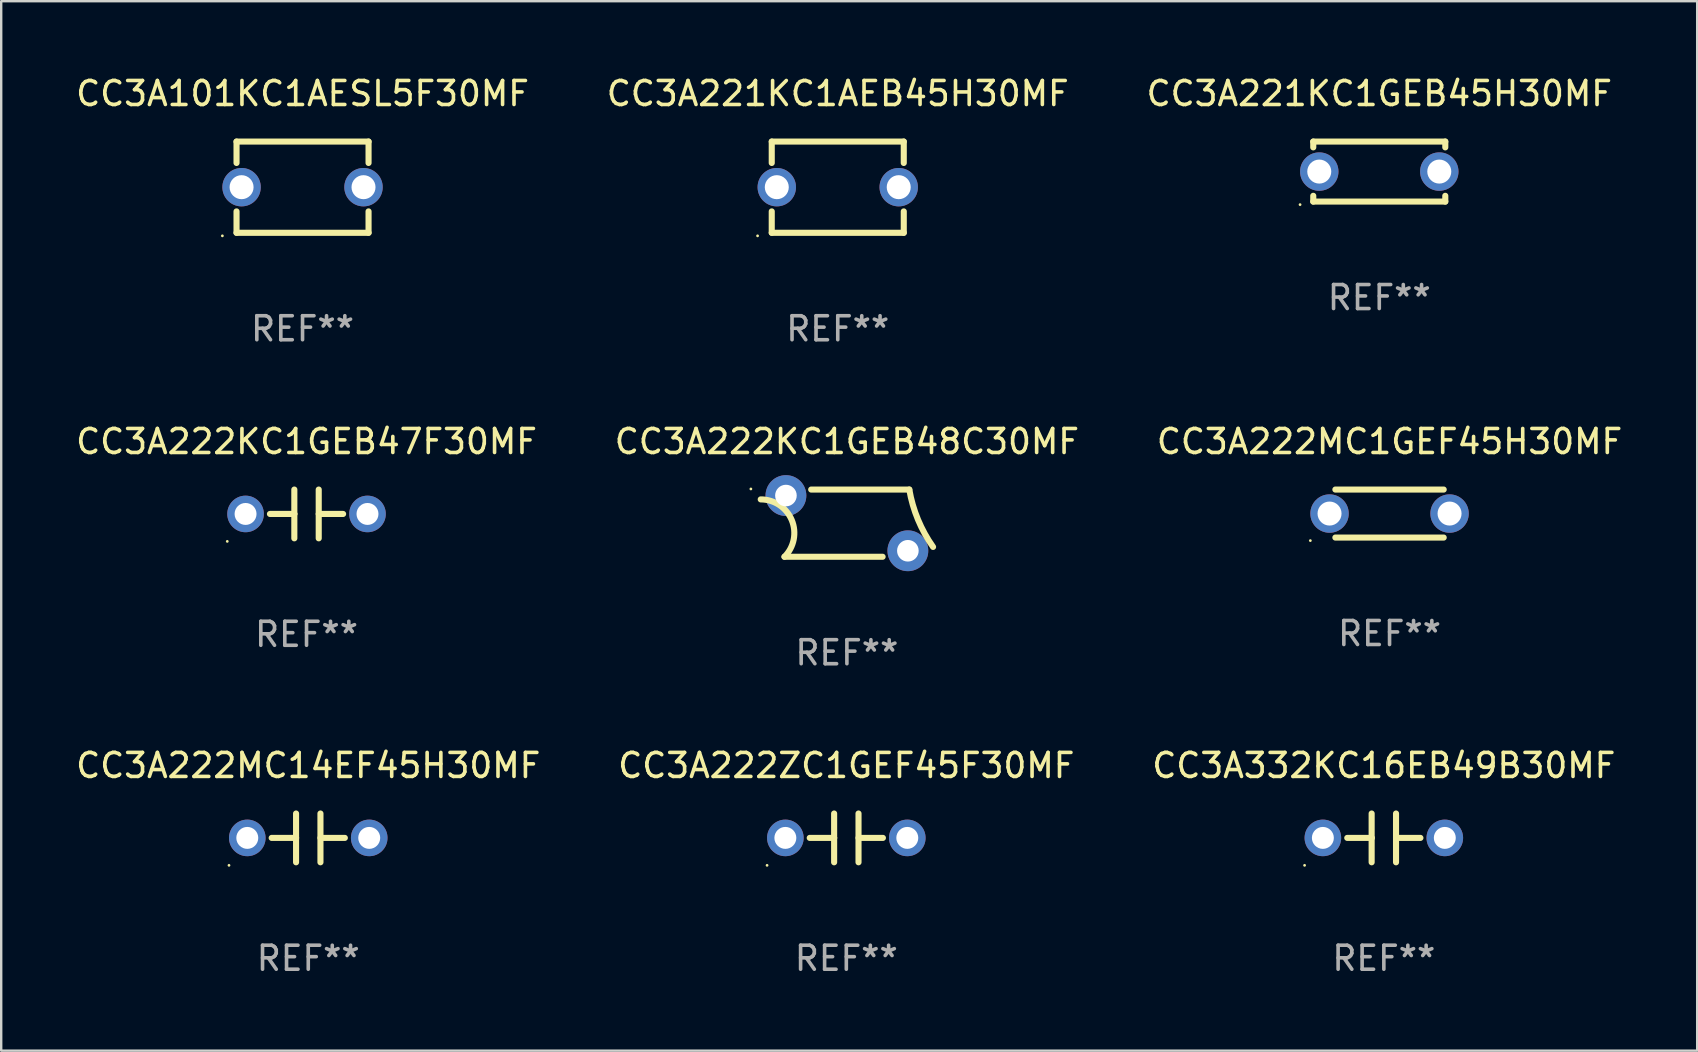
<source format=kicad_pcb>
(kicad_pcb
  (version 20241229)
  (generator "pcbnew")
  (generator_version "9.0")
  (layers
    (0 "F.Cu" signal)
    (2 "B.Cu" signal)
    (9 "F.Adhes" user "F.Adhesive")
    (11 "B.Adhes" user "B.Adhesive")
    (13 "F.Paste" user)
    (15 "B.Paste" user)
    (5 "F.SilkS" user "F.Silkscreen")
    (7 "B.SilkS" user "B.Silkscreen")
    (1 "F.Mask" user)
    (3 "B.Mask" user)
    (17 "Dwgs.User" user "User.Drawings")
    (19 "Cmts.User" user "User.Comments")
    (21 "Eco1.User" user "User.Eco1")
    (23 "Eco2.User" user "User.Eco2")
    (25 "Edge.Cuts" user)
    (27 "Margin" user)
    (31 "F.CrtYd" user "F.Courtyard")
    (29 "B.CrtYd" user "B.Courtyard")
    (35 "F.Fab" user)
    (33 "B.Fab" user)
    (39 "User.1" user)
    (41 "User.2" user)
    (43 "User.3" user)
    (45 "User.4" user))
  (footprint "CC3A222MC1GEF45H30MF"
    (layer "F.Cu")
    (at 54.839 18.345)
    (property "Reference" "CC3A222MC1GEF45H30MF" (at 0 -3 0) (layer "F.SilkS") (effects (font (size 1 1) (thickness 0.15))))
    (attr through_hole)
    (fp_line (start -2.257 -1) (end 2.256 -1) (stroke (width 0.254) (type solid)) (layer "F.SilkS"))
    (fp_line (start -2.257 1) (end 2.256 1) (stroke (width 0.254) (type solid)) (layer "F.SilkS"))
    (fp_circle (center -3.3 1.127) (end -3.27 1.127) (stroke (width 0.06) (type solid)) (fill no) (layer "F.SilkS"))
    (fp_text user "REF**" (at 0 5 0) (layer "F.Fab") (effects (font (size 1 1) (thickness 0.15))))
    (pad "1" thru_hole circle (at -2.5 0) (size 1.6 1.6) (drill 1) (layers "*.Cu" "*.Mask"))
    (pad "2" thru_hole circle (at 2.5 0) (size 1.6 1.6) (drill 1) (layers "*.Cu" "*.Mask")))
  (footprint "CC3A101KC1AESL5F30MF"
    (layer "F.Cu")
    (at 9.554 4.748)
    (property "Reference" "CC3A101KC1AESL5F30MF" (at 0 -3.9 0) (layer "F.SilkS") (effects (font (size 1 1) (thickness 0.15))))
    (attr through_hole)
    (fp_line (start -2.75 -1.9) (end -2.75 -1.009) (stroke (width 0.254) (type solid)) (layer "F.SilkS"))
    (fp_line (start -2.75 -1.9) (end 2.75 -1.9) (stroke (width 0.254) (type solid)) (layer "F.SilkS"))
    (fp_line (start -2.75 1.009) (end -2.75 1.9) (stroke (width 0.254) (type solid)) (layer "F.SilkS"))
    (fp_line (start -2.75 1.9) (end 2.75 1.9) (stroke (width 0.254) (type solid)) (layer "F.SilkS"))
    (fp_line (start 2.75 -1.9) (end 2.75 -1.009) (stroke (width 0.254) (type solid)) (layer "F.SilkS"))
    (fp_line (start 2.75 1.009) (end 2.75 1.9) (stroke (width 0.254) (type solid)) (layer "F.SilkS"))
    (fp_circle (center -3.34 2.027) (end -3.31 2.027) (stroke (width 0.06) (type solid)) (fill no) (layer "F.SilkS"))
    (fp_text user "REF**" (at 0 5.9 0) (layer "F.Fab") (effects (font (size 1 1) (thickness 0.15))))
    (pad "1" thru_hole circle (at -2.54 0) (size 1.6 1.6) (drill 1) (layers "*.Cu" "*.Mask"))
    (pad "2" thru_hole circle (at 2.54 0) (size 1.6 1.6) (drill 1) (layers "*.Cu" "*.Mask")))
  (footprint "CC3A222KC1GEB47F30MF"
    (layer "F.Cu")
    (at 9.72 18.361)
    (property "Reference" "CC3A222KC1GEB47F30MF" (at 0 -3.016 0) (layer "F.SilkS") (effects (font (size 1 1) (thickness 0.15))))
    (attr through_hole)
    (fp_line (start -1.524 0) (end -0.508 0) (stroke (width 0.254) (type solid)) (layer "F.SilkS"))
    (fp_line (start -0.508 0) (end -0.508 -1.016) (stroke (width 0.254) (type solid)) (layer "F.SilkS"))
    (fp_line (start -0.508 0) (end -0.508 1.016) (stroke (width 0.254) (type solid)) (layer "F.SilkS"))
    (fp_line (start 0.508 -1.016) (end 0.508 1.016) (stroke (width 0.254) (type solid)) (layer "F.SilkS"))
    (fp_line (start 1.524 0) (end 0.508 0) (stroke (width 0.254) (type solid)) (layer "F.SilkS"))
    (fp_circle (center -3.302 1.143) (end -3.272 1.143) (stroke (width 0.06) (type solid)) (fill no) (layer "F.SilkS"))
    (fp_text user "REF**" (at 0 5.016 0) (layer "F.Fab") (effects (font (size 1 1) (thickness 0.15))))
    (pad "1" thru_hole circle (at -2.54 0) (size 1.524 1.524) (drill 0.914) (layers "*.Cu" "*.Mask"))
    (pad "2" thru_hole circle (at 2.54 0) (size 1.524 1.524) (drill 0.914) (layers "*.Cu" "*.Mask")))
  (footprint "CC3A222KC1GEB48C30MF"
    (layer "F.Cu")
    (at 32.232 18.745)
    (property "Reference" "CC3A222KC1GEB48C30MF" (at 0 -3.4 0) (layer "F.SilkS") (effects (font (size 1 1) (thickness 0.15))))
    (attr through_hole)
    (fp_line (start -2.6 1.4) (end 1.488 1.4) (stroke (width 0.254) (type solid)) (layer "F.SilkS"))
    (fp_line (start 2.6 -1.4) (end -1.488 -1.4) (stroke (width 0.254) (type solid)) (layer "F.SilkS"))
    (fp_arc (start -3.589941 -0.989942) (mid -2.296508 -0.125703) (end -2.6 1.4) (stroke (width 0.254001) (type solid)) (layer "F.SilkS"))
    (fp_arc (start 3.589941 0.989942) (mid 2.961308 -0.149665) (end 2.6 -1.4) (stroke (width 0.254001) (type solid)) (layer "F.SilkS"))
    (fp_circle (center -4 -1.425) (end -3.97 -1.425) (stroke (width 0.06) (type solid)) (fill no) (layer "F.SilkS"))
    (fp_text user "REF**" (at 0 5.4 0) (layer "F.Fab") (effects (font (size 1 1) (thickness 0.15))))
    (pad "1" thru_hole circle (at -2.54 -1.15) (size 1.7 1.7) (drill 0.9) (layers "*.Cu" "*.Mask"))
    (pad "2" thru_hole circle (at 2.54 1.15) (size 1.7 1.7) (drill 0.9) (layers "*.Cu" "*.Mask")))
  (footprint "CC3A221KC1GEB45H30MF"
    (layer "F.Cu")
    (at 54.411 4.098)
    (property "Reference" "CC3A221KC1GEB45H30MF" (at 0 -3.25 0) (layer "F.SilkS") (effects (font (size 1 1) (thickness 0.15))))
    (attr through_hole)
    (fp_line (start -2.75 -1.25) (end -2.75 -1.009) (stroke (width 0.254) (type solid)) (layer "F.SilkS"))
    (fp_line (start -2.75 -1.25) (end 2.75 -1.25) (stroke (width 0.254) (type solid)) (layer "F.SilkS"))
    (fp_line (start -2.75 1.009) (end -2.75 1.25) (stroke (width 0.254) (type solid)) (layer "F.SilkS"))
    (fp_line (start 2.75 -1.25) (end 2.75 -1.009) (stroke (width 0.254) (type solid)) (layer "F.SilkS"))
    (fp_line (start 2.75 1.009) (end 2.75 1.25) (stroke (width 0.254) (type solid)) (layer "F.SilkS"))
    (fp_line (start 2.75 1.25) (end -2.75 1.25) (stroke (width 0.254) (type solid)) (layer "F.SilkS"))
    (fp_circle (center -3.3 1.377) (end -3.27 1.377) (stroke (width 0.06) (type solid)) (fill no) (layer "F.SilkS"))
    (fp_text user "REF**" (at 0 5.25 0) (layer "F.Fab") (effects (font (size 1 1) (thickness 0.15))))
    (pad "1" thru_hole circle (at -2.5 0) (size 1.6 1.6) (drill 1) (layers "*.Cu" "*.Mask"))
    (pad "2" thru_hole circle (at 2.5 0) (size 1.6 1.6) (drill 1) (layers "*.Cu" "*.Mask")))
  (footprint "CC3A221KC1AEB45H30MF"
    (layer "F.Cu")
    (at 31.851 4.748)
    (property "Reference" "CC3A221KC1AEB45H30MF" (at 0 -3.9 0) (layer "F.SilkS") (effects (font (size 1 1) (thickness 0.15))))
    (attr through_hole)
    (fp_line (start -2.75 -1.9) (end -2.75 -1.009) (stroke (width 0.254) (type solid)) (layer "F.SilkS"))
    (fp_line (start -2.75 -1.9) (end 2.75 -1.9) (stroke (width 0.254) (type solid)) (layer "F.SilkS"))
    (fp_line (start -2.75 1.009) (end -2.75 1.9) (stroke (width 0.254) (type solid)) (layer "F.SilkS"))
    (fp_line (start -2.75 1.9) (end 2.75 1.9) (stroke (width 0.254) (type solid)) (layer "F.SilkS"))
    (fp_line (start 2.75 -1.9) (end 2.75 -1.009) (stroke (width 0.254) (type solid)) (layer "F.SilkS"))
    (fp_line (start 2.75 1.009) (end 2.75 1.9) (stroke (width 0.254) (type solid)) (layer "F.SilkS"))
    (fp_circle (center -3.34 2.027) (end -3.31 2.027) (stroke (width 0.06) (type solid)) (fill no) (layer "F.SilkS"))
    (fp_text user "REF**" (at 0 5.9 0) (layer "F.Fab") (effects (font (size 1 1) (thickness 0.15))))
    (pad "1" thru_hole circle (at -2.54 0) (size 1.6 1.6) (drill 1) (layers "*.Cu" "*.Mask"))
    (pad "2" thru_hole circle (at 2.54 0) (size 1.6 1.6) (drill 1) (layers "*.Cu" "*.Mask")))
  (footprint "CC3A222MC14EF45H30MF"
    (layer "F.Cu")
    (at 9.792 31.857)
    (property "Reference" "CC3A222MC14EF45H30MF" (at 0 -3.016 0) (layer "F.SilkS") (effects (font (size 1 1) (thickness 0.15))))
    (attr through_hole)
    (fp_line (start -1.524 0) (end -0.508 0) (stroke (width 0.254) (type solid)) (layer "F.SilkS"))
    (fp_line (start -0.508 0) (end -0.508 -1.016) (stroke (width 0.254) (type solid)) (layer "F.SilkS"))
    (fp_line (start -0.508 0) (end -0.508 1.016) (stroke (width 0.254) (type solid)) (layer "F.SilkS"))
    (fp_line (start 0.508 -1.016) (end 0.508 1.016) (stroke (width 0.254) (type solid)) (layer "F.SilkS"))
    (fp_line (start 1.524 0) (end 0.508 0) (stroke (width 0.254) (type solid)) (layer "F.SilkS"))
    (fp_circle (center -3.302 1.143) (end -3.272 1.143) (stroke (width 0.06) (type solid)) (fill no) (layer "F.SilkS"))
    (fp_text user "REF**" (at 0 5.016 0) (layer "F.Fab") (effects (font (size 1 1) (thickness 0.15))))
    (pad "1" thru_hole circle (at -2.54 0) (size 1.524 1.524) (drill 0.914) (layers "*.Cu" "*.Mask"))
    (pad "2" thru_hole circle (at 2.54 0) (size 1.524 1.524) (drill 0.914) (layers "*.Cu" "*.Mask")))
  (footprint "CC3A332KC16EB49B30MF"
    (layer "F.Cu")
    (at 54.601 31.857)
    (property "Reference" "CC3A332KC16EB49B30MF" (at 0 -3.016 0) (layer "F.SilkS") (effects (font (size 1 1) (thickness 0.15))))
    (attr through_hole)
    (fp_line (start -1.524 0) (end -0.508 0) (stroke (width 0.254) (type solid)) (layer "F.SilkS"))
    (fp_line (start -0.508 0) (end -0.508 -1.016) (stroke (width 0.254) (type solid)) (layer "F.SilkS"))
    (fp_line (start -0.508 0) (end -0.508 1.016) (stroke (width 0.254) (type solid)) (layer "F.SilkS"))
    (fp_line (start 0.508 -1.016) (end 0.508 1.016) (stroke (width 0.254) (type solid)) (layer "F.SilkS"))
    (fp_line (start 1.524 0) (end 0.508 0) (stroke (width 0.254) (type solid)) (layer "F.SilkS"))
    (fp_circle (center -3.302 1.143) (end -3.272 1.143) (stroke (width 0.06) (type solid)) (fill no) (layer "F.SilkS"))
    (fp_text user "REF**" (at 0 5.016 0) (layer "F.Fab") (effects (font (size 1 1) (thickness 0.15))))
    (pad "1" thru_hole circle (at -2.54 0) (size 1.524 1.524) (drill 0.914) (layers "*.Cu" "*.Mask"))
    (pad "2" thru_hole circle (at 2.54 0) (size 1.524 1.524) (drill 0.914) (layers "*.Cu" "*.Mask")))
  (footprint "CC3A222ZC1GEF45F30MF"
    (layer "F.Cu")
    (at 32.208 31.857)
    (property "Reference" "CC3A222ZC1GEF45F30MF" (at 0 -3.016 0) (layer "F.SilkS") (effects (font (size 1 1) (thickness 0.15))))
    (attr through_hole)
    (fp_line (start -1.524 0) (end -0.508 0) (stroke (width 0.254) (type solid)) (layer "F.SilkS"))
    (fp_line (start -0.508 0) (end -0.508 -1.016) (stroke (width 0.254) (type solid)) (layer "F.SilkS"))
    (fp_line (start -0.508 0) (end -0.508 1.016) (stroke (width 0.254) (type solid)) (layer "F.SilkS"))
    (fp_line (start 0.508 -1.016) (end 0.508 1.016) (stroke (width 0.254) (type solid)) (layer "F.SilkS"))
    (fp_line (start 1.524 0) (end 0.508 0) (stroke (width 0.254) (type solid)) (layer "F.SilkS"))
    (fp_circle (center -3.302 1.143) (end -3.272 1.143) (stroke (width 0.06) (type solid)) (fill no) (layer "F.SilkS"))
    (fp_text user "REF**" (at 0 5.016 0) (layer "F.Fab") (effects (font (size 1 1) (thickness 0.15))))
    (pad "1" thru_hole circle (at -2.54 0) (size 1.524 1.524) (drill 0.914) (layers "*.Cu" "*.Mask"))
    (pad "2" thru_hole circle (at 2.54 0) (size 1.524 1.524) (drill 0.914) (layers "*.Cu" "*.Mask")))
  (gr_rect
    (start -3 -3)
    (end 67.655 40.722)
    (stroke (width 0.1) (type default))
    (fill no)
    (layer "Edge.Cuts")))
</source>
